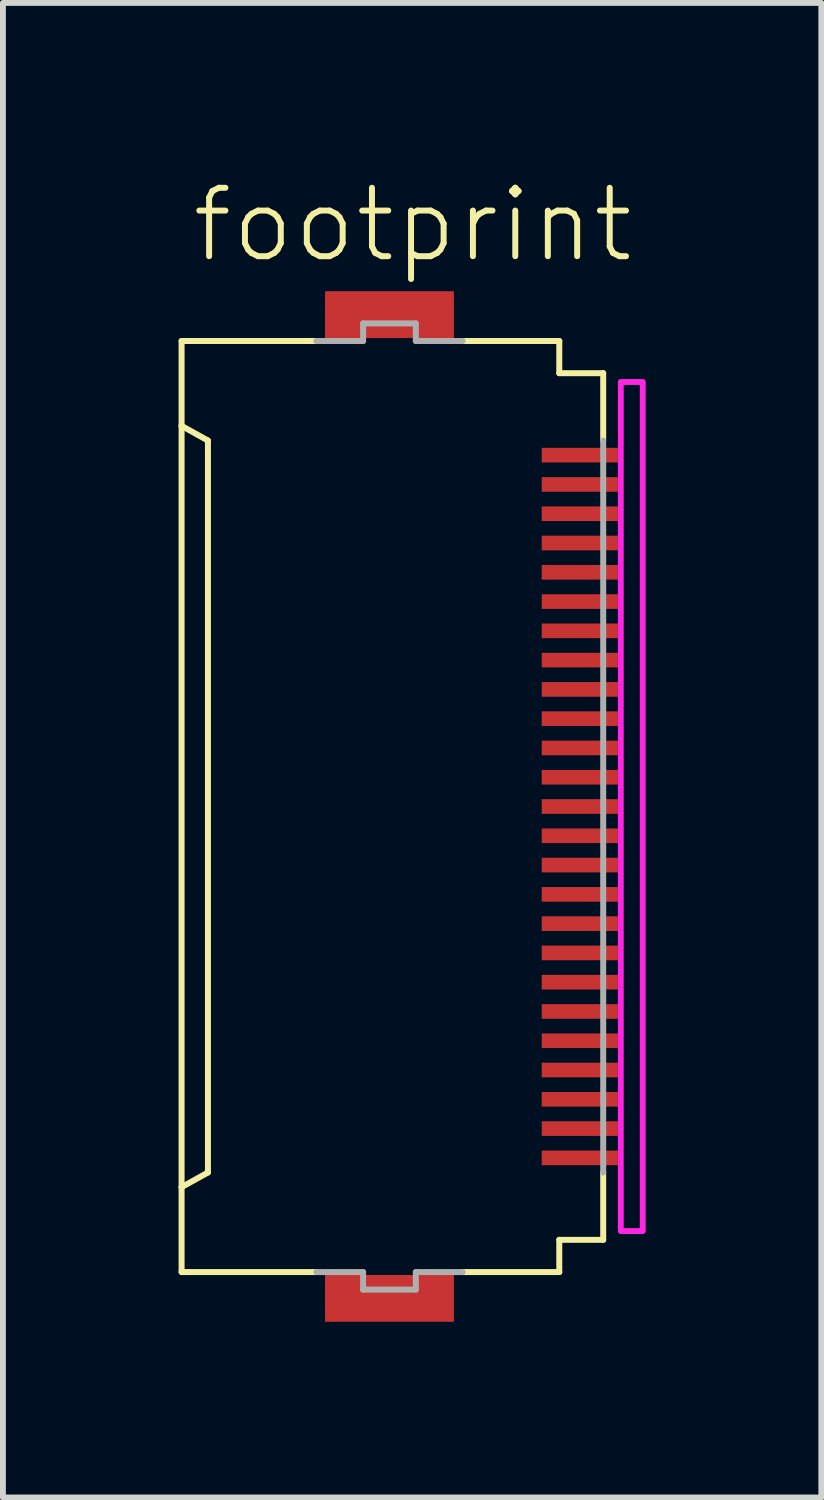
<source format=kicad_pcb>
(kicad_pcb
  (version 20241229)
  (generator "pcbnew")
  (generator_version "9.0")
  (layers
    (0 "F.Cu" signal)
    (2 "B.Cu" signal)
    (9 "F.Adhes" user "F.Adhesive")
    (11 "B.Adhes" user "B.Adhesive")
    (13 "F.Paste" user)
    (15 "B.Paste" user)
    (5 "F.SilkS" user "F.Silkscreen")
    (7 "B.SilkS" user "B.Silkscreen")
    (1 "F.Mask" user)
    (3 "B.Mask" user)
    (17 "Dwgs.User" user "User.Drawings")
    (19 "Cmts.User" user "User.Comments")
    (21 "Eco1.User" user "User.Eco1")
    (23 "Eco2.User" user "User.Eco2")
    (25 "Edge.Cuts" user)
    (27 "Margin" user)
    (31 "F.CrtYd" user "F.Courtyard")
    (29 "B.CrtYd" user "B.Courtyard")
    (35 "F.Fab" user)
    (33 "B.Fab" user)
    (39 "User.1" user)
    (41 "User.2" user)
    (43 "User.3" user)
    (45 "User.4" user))
  (footprint "footprint"
    (layer "F.Cu")
    (at 3.676 10.723)
    (property "Reference" "footprint" (at -3.5 -9.25 0) (layer "F.SilkS") (effects (font (size 1.168 1.168) (thickness 0.102)) (justify left bottom)))
    (fp_poly (pts (xy 2.475 -5.825) (xy 3.875 -5.825) (xy 3.875 -6.175) (xy 2.475 -6.175)) (stroke (width 0) (type solid)) (fill yes) (layer "F.Mask"))
    (fp_poly (pts (xy 2.475 -5.325) (xy 3.875 -5.325) (xy 3.875 -5.675) (xy 2.475 -5.675)) (stroke (width 0) (type solid)) (fill yes) (layer "F.Mask"))
    (fp_poly (pts (xy 2.475 -4.825) (xy 3.875 -4.825) (xy 3.875 -5.175) (xy 2.475 -5.175)) (stroke (width 0) (type solid)) (fill yes) (layer "F.Mask"))
    (fp_poly (pts (xy 2.475 -4.325) (xy 3.875 -4.325) (xy 3.875 -4.675) (xy 2.475 -4.675)) (stroke (width 0) (type solid)) (fill yes) (layer "F.Mask"))
    (fp_poly (pts (xy 2.475 -3.825) (xy 3.875 -3.825) (xy 3.875 -4.175) (xy 2.475 -4.175)) (stroke (width 0) (type solid)) (fill yes) (layer "F.Mask"))
    (fp_poly (pts (xy 2.475 -3.325) (xy 3.875 -3.325) (xy 3.875 -3.675) (xy 2.475 -3.675)) (stroke (width 0) (type solid)) (fill yes) (layer "F.Mask"))
    (fp_poly (pts (xy 2.475 -2.825) (xy 3.875 -2.825) (xy 3.875 -3.175) (xy 2.475 -3.175)) (stroke (width 0) (type solid)) (fill yes) (layer "F.Mask"))
    (fp_poly (pts (xy 2.475 -2.325) (xy 3.875 -2.325) (xy 3.875 -2.675) (xy 2.475 -2.675)) (stroke (width 0) (type solid)) (fill yes) (layer "F.Mask"))
    (fp_poly (pts (xy 2.475 -1.825) (xy 3.875 -1.825) (xy 3.875 -2.175) (xy 2.475 -2.175)) (stroke (width 0) (type solid)) (fill yes) (layer "F.Mask"))
    (fp_poly (pts (xy 2.475 -1.325) (xy 3.875 -1.325) (xy 3.875 -1.675) (xy 2.475 -1.675)) (stroke (width 0) (type solid)) (fill yes) (layer "F.Mask"))
    (fp_poly (pts (xy 2.475 -0.825) (xy 3.875 -0.825) (xy 3.875 -1.175) (xy 2.475 -1.175)) (stroke (width 0) (type solid)) (fill yes) (layer "F.Mask"))
    (fp_poly (pts (xy 2.475 -0.325) (xy 3.875 -0.325) (xy 3.875 -0.675) (xy 2.475 -0.675)) (stroke (width 0) (type solid)) (fill yes) (layer "F.Mask"))
    (fp_poly (pts (xy 2.475 0.175) (xy 3.875 0.175) (xy 3.875 -0.175) (xy 2.475 -0.175)) (stroke (width 0) (type solid)) (fill yes) (layer "F.Mask"))
    (fp_poly (pts (xy 2.475 0.675) (xy 3.875 0.675) (xy 3.875 0.325) (xy 2.475 0.325)) (stroke (width 0) (type solid)) (fill yes) (layer "F.Mask"))
    (fp_poly (pts (xy 2.475 1.175) (xy 3.875 1.175) (xy 3.875 0.825) (xy 2.475 0.825)) (stroke (width 0) (type solid)) (fill yes) (layer "F.Mask"))
    (fp_poly (pts (xy 2.475 1.675) (xy 3.875 1.675) (xy 3.875 1.325) (xy 2.475 1.325)) (stroke (width 0) (type solid)) (fill yes) (layer "F.Mask"))
    (fp_poly (pts (xy 2.475 2.175) (xy 3.875 2.175) (xy 3.875 1.825) (xy 2.475 1.825)) (stroke (width 0) (type solid)) (fill yes) (layer "F.Mask"))
    (fp_poly (pts (xy 2.475 2.675) (xy 3.875 2.675) (xy 3.875 2.325) (xy 2.475 2.325)) (stroke (width 0) (type solid)) (fill yes) (layer "F.Mask"))
    (fp_poly (pts (xy 2.475 3.175) (xy 3.875 3.175) (xy 3.875 2.825) (xy 2.475 2.825)) (stroke (width 0) (type solid)) (fill yes) (layer "F.Mask"))
    (fp_poly (pts (xy 2.475 3.675) (xy 3.875 3.675) (xy 3.875 3.325) (xy 2.475 3.325)) (stroke (width 0) (type solid)) (fill yes) (layer "F.Mask"))
    (fp_poly (pts (xy 2.475 4.175) (xy 3.875 4.175) (xy 3.875 3.825) (xy 2.475 3.825)) (stroke (width 0) (type solid)) (fill yes) (layer "F.Mask"))
    (fp_poly (pts (xy 2.475 4.675) (xy 3.875 4.675) (xy 3.875 4.325) (xy 2.475 4.325)) (stroke (width 0) (type solid)) (fill yes) (layer "F.Mask"))
    (fp_poly (pts (xy 2.475 5.175) (xy 3.875 5.175) (xy 3.875 4.825) (xy 2.475 4.825)) (stroke (width 0) (type solid)) (fill yes) (layer "F.Mask"))
    (fp_poly (pts (xy 2.475 5.675) (xy 3.875 5.675) (xy 3.875 5.325) (xy 2.475 5.325)) (stroke (width 0) (type solid)) (fill yes) (layer "F.Mask"))
    (fp_poly (pts (xy 2.475 6.175) (xy 3.875 6.175) (xy 3.875 5.825) (xy 2.475 5.825)) (stroke (width 0) (type solid)) (fill yes) (layer "F.Mask"))
    (fp_line (start -3.625 -7.95) (end -1.325 -7.95) (stroke (width 0.102) (type solid)) (layer "F.SilkS"))
    (fp_line (start -3.625 -6.5) (end -3.625 -7.95) (stroke (width 0.102) (type solid)) (layer "F.SilkS"))
    (fp_line (start -3.625 -6.5) (end -3.625 6.5) (stroke (width 0.102) (type solid)) (layer "F.SilkS"))
    (fp_line (start -3.625 6.5) (end -3.175 6.25) (stroke (width 0.102) (type solid)) (layer "F.SilkS"))
    (fp_line (start -3.625 7.95) (end -3.625 6.5) (stroke (width 0.102) (type solid)) (layer "F.SilkS"))
    (fp_line (start -3.175 -6.25) (end -3.625 -6.5) (stroke (width 0.102) (type solid)) (layer "F.SilkS"))
    (fp_line (start -3.175 6.25) (end -3.175 -6.25) (stroke (width 0.102) (type solid)) (layer "F.SilkS"))
    (fp_line (start -1.325 7.95) (end -3.625 7.95) (stroke (width 0.102) (type solid)) (layer "F.SilkS"))
    (fp_line (start 1.175 -7.95) (end 2.825 -7.95) (stroke (width 0.102) (type solid)) (layer "F.SilkS"))
    (fp_line (start 1.175 7.95) (end 2.825 7.95) (stroke (width 0.102) (type solid)) (layer "F.SilkS"))
    (fp_line (start 2.825 -7.95) (end 2.825 -7.4) (stroke (width 0.102) (type solid)) (layer "F.SilkS"))
    (fp_line (start 2.825 -7.4) (end 3.575 -7.4) (stroke (width 0.102) (type solid)) (layer "F.SilkS"))
    (fp_line (start 2.825 7.4) (end 2.825 7.95) (stroke (width 0.102) (type solid)) (layer "F.SilkS"))
    (fp_line (start 2.825 7.4) (end 3.575 7.4) (stroke (width 0.102) (type solid)) (layer "F.SilkS"))
    (fp_line (start 3.575 -7.4) (end 3.575 -6.25) (stroke (width 0.102) (type solid)) (layer "F.SilkS"))
    (fp_line (start 3.575 6.25) (end 3.575 7.4) (stroke (width 0.102) (type solid)) (layer "F.SilkS"))
    (fp_poly (pts (xy 3.875 7.25) (xy 4.25 7.25) (xy 4.25 -7.25) (xy 3.875 -7.25)) (stroke (width 0.1) (type solid)) (fill no) (layer "F.CrtYd"))
    (fp_line (start -1.325 -7.95) (end -0.525 -7.95) (stroke (width 0.102) (type solid)) (layer "F.Fab"))
    (fp_line (start -0.525 -8.25) (end 0.375 -8.25) (stroke (width 0.102) (type solid)) (layer "F.Fab"))
    (fp_line (start -0.525 -7.95) (end -0.525 -8.25) (stroke (width 0.102) (type solid)) (layer "F.Fab"))
    (fp_line (start -0.525 7.95) (end -1.325 7.95) (stroke (width 0.102) (type solid)) (layer "F.Fab"))
    (fp_line (start -0.525 8.25) (end -0.525 7.95) (stroke (width 0.102) (type solid)) (layer "F.Fab"))
    (fp_line (start 0.375 -8.25) (end 0.375 -7.95) (stroke (width 0.102) (type solid)) (layer "F.Fab"))
    (fp_line (start 0.375 -7.95) (end 1.175 -7.95) (stroke (width 0.102) (type solid)) (layer "F.Fab"))
    (fp_line (start 0.375 7.95) (end 0.375 8.25) (stroke (width 0.102) (type solid)) (layer "F.Fab"))
    (fp_line (start 0.375 8.25) (end -0.525 8.25) (stroke (width 0.102) (type solid)) (layer "F.Fab"))
    (fp_line (start 1.175 7.95) (end 0.375 7.95) (stroke (width 0.102) (type solid)) (layer "F.Fab"))
    (fp_line (start 3.575 -6.25) (end 3.575 6.25) (stroke (width 0.102) (type solid)) (layer "F.Fab"))
    (pad "1" smd rect (at 3.175 -6) (size 1.3 0.25) (layers "F.Cu" "F.Paste"))
    (pad "2" smd rect (at 3.175 -5.5) (size 1.3 0.25) (layers "F.Cu" "F.Paste"))
    (pad "3" smd rect (at 3.175 -5) (size 1.3 0.25) (layers "F.Cu" "F.Paste"))
    (pad "4" smd rect (at 3.175 -4.5) (size 1.3 0.25) (layers "F.Cu" "F.Paste"))
    (pad "5" smd rect (at 3.175 -4) (size 1.3 0.25) (layers "F.Cu" "F.Paste"))
    (pad "6" smd rect (at 3.175 -3.5) (size 1.3 0.25) (layers "F.Cu" "F.Paste"))
    (pad "7" smd rect (at 3.175 -3) (size 1.3 0.25) (layers "F.Cu" "F.Paste"))
    (pad "8" smd rect (at 3.175 -2.5) (size 1.3 0.25) (layers "F.Cu" "F.Paste"))
    (pad "9" smd rect (at 3.175 -2) (size 1.3 0.25) (layers "F.Cu" "F.Paste"))
    (pad "10" smd rect (at 3.175 -1.5) (size 1.3 0.25) (layers "F.Cu" "F.Paste"))
    (pad "11" smd rect (at 3.175 -1) (size 1.3 0.25) (layers "F.Cu" "F.Paste"))
    (pad "12" smd rect (at 3.175 -0.5) (size 1.3 0.25) (layers "F.Cu" "F.Paste"))
    (pad "13" smd rect (at 3.175 0) (size 1.3 0.25) (layers "F.Cu" "F.Paste"))
    (pad "14" smd rect (at 3.175 0.5) (size 1.3 0.25) (layers "F.Cu" "F.Paste"))
    (pad "15" smd rect (at 3.175 1) (size 1.3 0.25) (layers "F.Cu" "F.Paste"))
    (pad "16" smd rect (at 3.175 1.5) (size 1.3 0.25) (layers "F.Cu" "F.Paste"))
    (pad "17" smd rect (at 3.175 2) (size 1.3 0.25) (layers "F.Cu" "F.Paste"))
    (pad "18" smd rect (at 3.175 2.5) (size 1.3 0.25) (layers "F.Cu" "F.Paste"))
    (pad "19" smd rect (at 3.175 3) (size 1.3 0.25) (layers "F.Cu" "F.Paste"))
    (pad "20" smd rect (at 3.175 3.5) (size 1.3 0.25) (layers "F.Cu" "F.Paste"))
    (pad "21" smd rect (at 3.175 4) (size 1.3 0.25) (layers "F.Cu" "F.Paste"))
    (pad "22" smd rect (at 3.175 4.5) (size 1.3 0.25) (layers "F.Cu" "F.Paste"))
    (pad "23" smd rect (at 3.175 5) (size 1.3 0.25) (layers "F.Cu" "F.Paste"))
    (pad "24" smd rect (at 3.175 5.5) (size 1.3 0.25) (layers "F.Cu" "F.Paste"))
    (pad "25" smd rect (at 3.175 6) (size 1.3 0.25) (layers "F.Cu" "F.Paste"))
    (pad "M1" smd rect (at -0.075 -8.4) (size 2.2 0.8) (layers "F.Cu" "F.Mask" "F.Paste"))
    (pad "M2" smd rect (at -0.075 8.4) (size 2.2 0.8) (layers "F.Cu" "F.Mask" "F.Paste"))
    (zone (net_name "") (layers "F.Cu" "B.Cu") (hatch edge 0.508) (connect_pads) (min_thickness 0.254) (filled_areas_thickness no) (keepout (tracks allowed) (vias not_allowed) (pads allowed) (copperpour allowed) (footprints allowed)) (placement (enabled no)) (fill) (polygon (pts (xy 3.901 16.973) (xy 6.151 16.973) (xy 6.151 4.473) (xy 3.901 4.473)))))
  (gr_rect
    (start -3 -3)
    (end 10.976 22.523)
    (stroke (width 0.1) (type default))
    (fill no)
    (layer "Edge.Cuts")))
</source>
